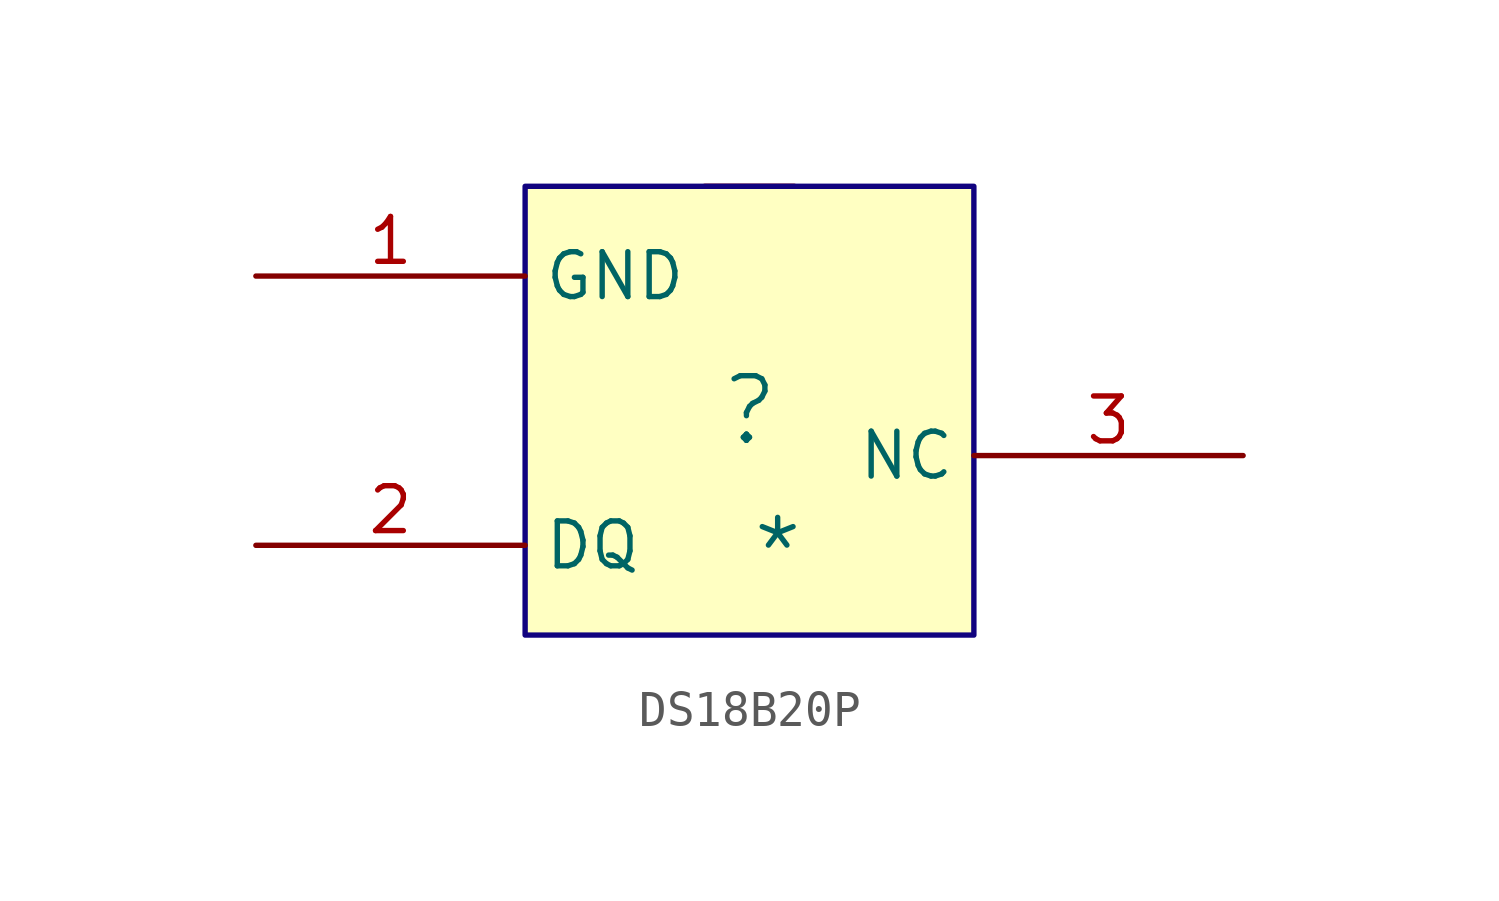
<source format=kicad_sym>
(kicad_symbol_lib
  (version 20241209)
  (generator "kicad_symbol_editor")
  (generator_version "9.0")
  (symbol "DS18B20P"
    (property "Reference" ""
      (at -1.27 1.27 0)
      (effects (font (size 1.829 1.829))))
    (property "Value" "*"
      (at -1.27 -3.81 0)
      (effects (font (size 1.829 1.829)) (justify left bottom)))
    (symbol "DS18B20P_1_0"
      (polyline (pts (xy 0 7.62) (xy -2.54 7.62)) (stroke (width 0) (type solid)) (fill (type none)))
      (rectangle (start 5.08 7.62) (end -7.62 -5.08) (stroke (width 0.025) (type solid) (color 128 0 0 1)) (fill (type background)))
      (polyline (pts (xy 5.08 -5.08) (xy -7.62 -5.08) (xy -7.62 7.62) (xy 5.08 7.62) (xy 5.08 -5.08)) (stroke (width 0) (type solid) (color 17 3 127 1)) (fill (type none)))
      (pin passive line (at -15.24 5.08 0) (length 7.62) (name "GND" (effects (font (size 1.27 1.27)))) (number "1" (effects (font (size 1.27 1.27)))))
      (pin passive line (at -15.24 -2.54 0) (length 7.62) (name "DQ" (effects (font (size 1.27 1.27)))) (number "2" (effects (font (size 1.27 1.27)))))
      (pin passive line (at 12.7 0 180) (length 7.62) (name "NC" (effects (font (size 1.27 1.27)))) (number "3" (effects (font (size 1.27 1.27))))))))
</source>
